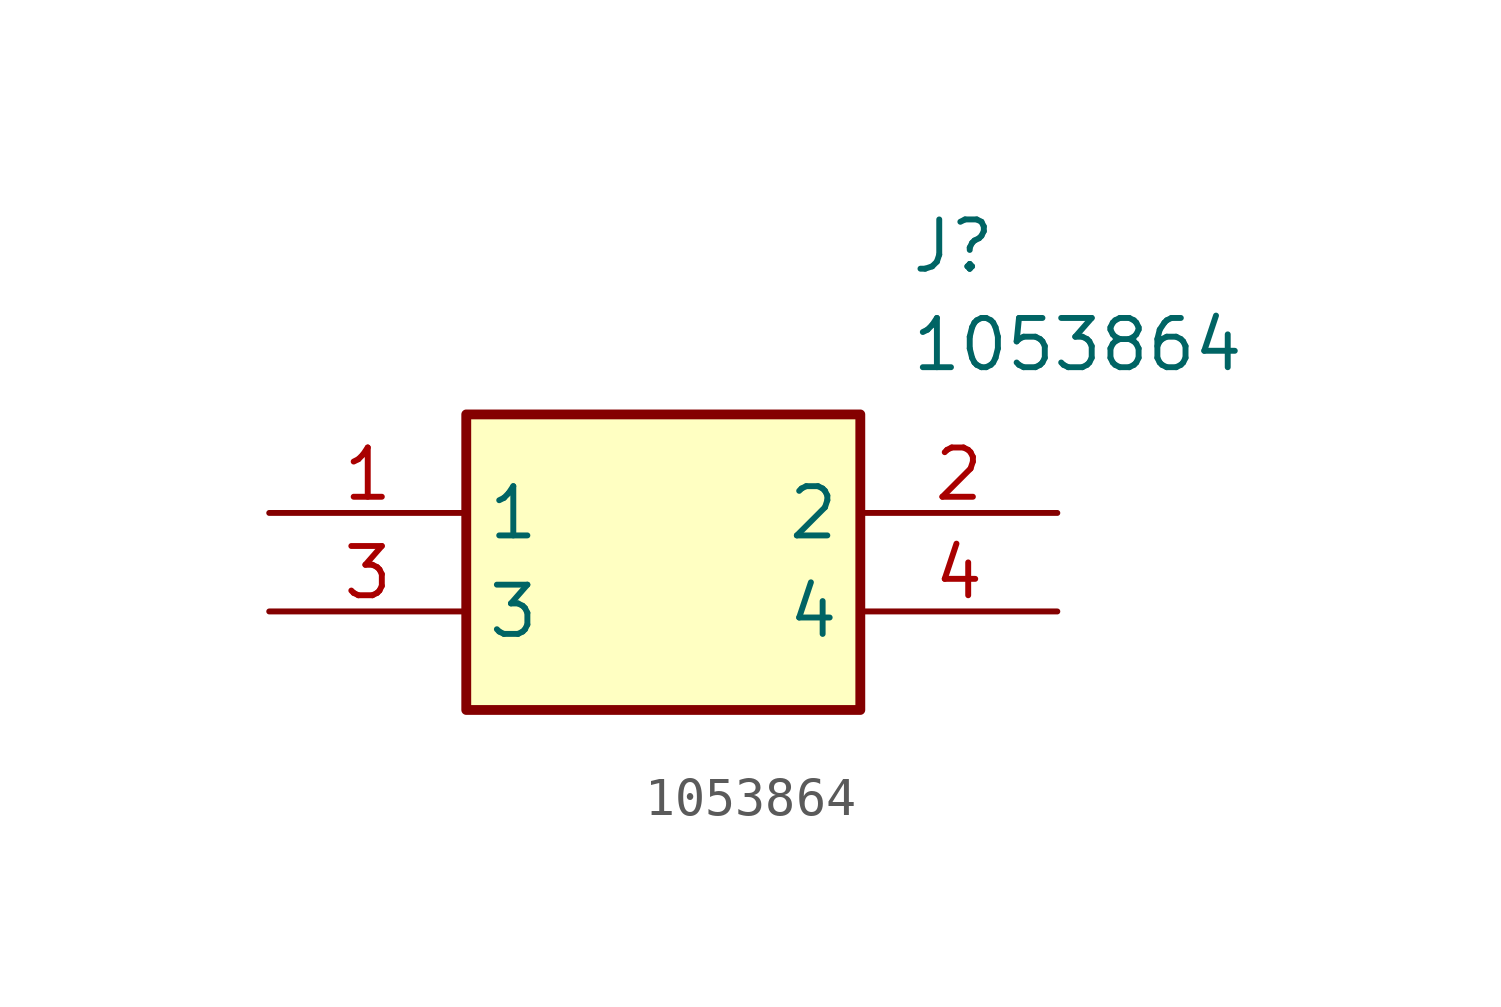
<source format=kicad_sym>
(kicad_symbol_lib
  (version 20211014)
  (generator SamacSys_ECAD_Model)
  (symbol "1053864"
    (property "Reference" "J"
      (at 16.51 7.62 0)
      (effects (font (size 1.27 1.27)) (justify left top)))
    (property "Value" "1053864"
      (at 16.51 5.08 0)
      (effects (font (size 1.27 1.27)) (justify left top)))
    (rectangle
      (start 5.08 2.54)
      (end 15.24 -5.08)
      (stroke (width 0.254) (type default))
      (fill (type background)))
    (pin passive line
      (at 0 0 0)
      (length 5.08)
      (name "1" (effects (font (size 1.27 1.27))))
      (number "1" (effects (font (size 1.27 1.27)))))
    (pin passive line
      (at 20.32 0 180)
      (length 5.08)
      (name "2" (effects (font (size 1.27 1.27))))
      (number "2" (effects (font (size 1.27 1.27)))))
    (pin passive line
      (at 0 -2.54 0)
      (length 5.08)
      (name "3" (effects (font (size 1.27 1.27))))
      (number "3" (effects (font (size 1.27 1.27)))))
    (pin passive line
      (at 20.32 -2.54 180)
      (length 5.08)
      (name "4" (effects (font (size 1.27 1.27))))
      (number "4" (effects (font (size 1.27 1.27)))))))
</source>
